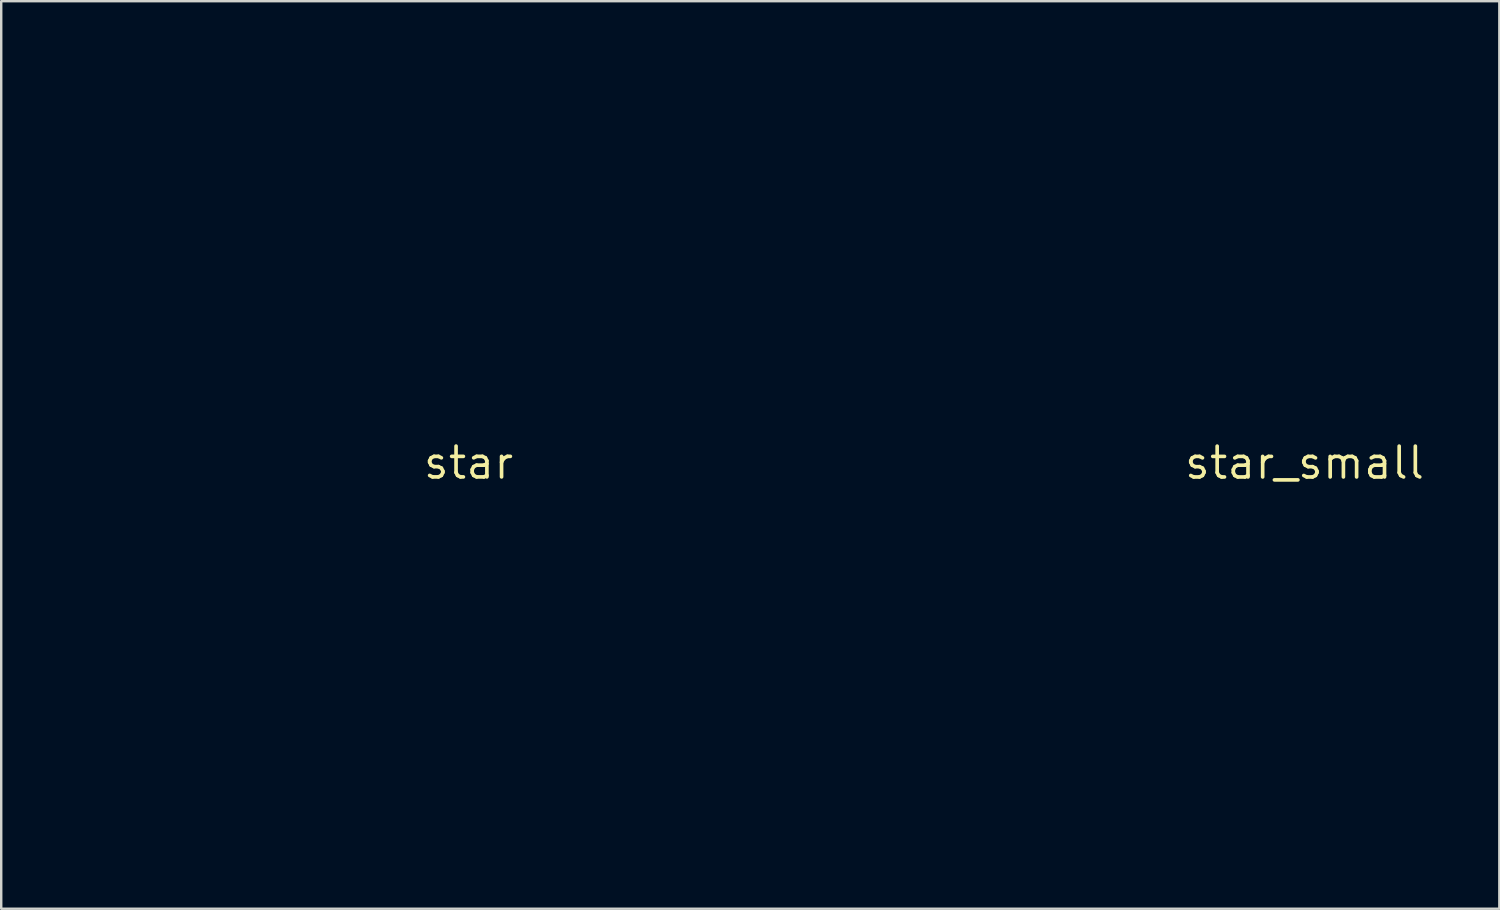
<source format=kicad_pcb>
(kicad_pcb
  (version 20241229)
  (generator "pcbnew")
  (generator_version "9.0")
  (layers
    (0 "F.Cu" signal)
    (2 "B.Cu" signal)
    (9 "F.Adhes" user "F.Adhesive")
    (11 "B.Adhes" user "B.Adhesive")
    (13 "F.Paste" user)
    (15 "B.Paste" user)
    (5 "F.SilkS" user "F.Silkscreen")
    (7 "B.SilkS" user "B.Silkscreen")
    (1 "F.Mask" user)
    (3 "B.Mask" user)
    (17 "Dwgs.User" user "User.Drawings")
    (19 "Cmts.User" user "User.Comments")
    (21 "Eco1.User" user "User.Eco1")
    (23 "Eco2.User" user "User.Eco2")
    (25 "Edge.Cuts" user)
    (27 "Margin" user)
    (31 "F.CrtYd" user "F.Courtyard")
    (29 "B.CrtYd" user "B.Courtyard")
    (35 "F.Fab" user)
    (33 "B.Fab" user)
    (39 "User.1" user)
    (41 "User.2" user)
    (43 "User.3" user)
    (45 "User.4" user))
  (footprint "star"
    (layer "F.Cu")
    (at 16.253 16.018)
    (property "Reference" "star" (at 0 0 0) (layer "F.SilkS") (effects (font (size 1.27 1.27) (thickness 0.15))))
    (attr through_hole)
    (fp_poly (pts (xy -0.486 -15.97) (xy -0.441 -15.852) (xy -0.371 -15.663) (xy -0.277 -15.408) (xy -0.161 -15.092) (xy -0.025 -14.718) (xy 0.13 -14.292) (xy 0.303 -13.818) (xy 0.491 -13.3) (xy 0.692 -12.743) (xy 0.906 -12.152) (xy 1.131 -11.53) (xy 1.364 -10.883) (xy 1.562 -10.334) (xy 1.801 -9.67) (xy 2.033 -9.028) (xy 2.255 -8.412) (xy 2.466 -7.827) (xy 2.664 -7.278) (xy 2.848 -6.769) (xy 3.016 -6.305) (xy 3.166 -5.889) (xy 3.297 -5.527) (xy 3.408 -5.223) (xy 3.496 -4.981) (xy 3.559 -4.806) (xy 3.598 -4.703) (xy 3.608 -4.675) (xy 3.651 -4.671) (xy 3.774 -4.663) (xy 3.971 -4.651) (xy 4.238 -4.636) (xy 4.571 -4.617) (xy 4.963 -4.595) (xy 5.41 -4.57) (xy 5.908 -4.543) (xy 6.451 -4.513) (xy 7.034 -4.482) (xy 7.653 -4.448) (xy 8.303 -4.413) (xy 8.978 -4.377) (xy 9.293 -4.36) (xy 9.98 -4.324) (xy 10.645 -4.288) (xy 11.283 -4.253) (xy 11.888 -4.22) (xy 12.456 -4.189) (xy 12.981 -4.16) (xy 13.459 -4.133) (xy 13.885 -4.109) (xy 14.254 -4.088) (xy 14.56 -4.07) (xy 14.799 -4.056) (xy 14.965 -4.045) (xy 15.054 -4.039) (xy 15.067 -4.037) (xy 15.169 -4.017) (xy 15.067 -3.916) (xy 15.023 -3.877) (xy 14.918 -3.787) (xy 14.755 -3.649) (xy 14.54 -3.465) (xy 14.275 -3.241) (xy 13.964 -2.978) (xy 13.612 -2.68) (xy 13.222 -2.35) (xy 12.798 -1.991) (xy 12.343 -1.607) (xy 11.862 -1.201) (xy 11.358 -0.777) (xy 10.836 -0.336) (xy 10.562 -0.105) (xy 9.863 0.484) (xy 9.229 1.02) (xy 8.657 1.505) (xy 8.147 1.937) (xy 7.699 2.32) (xy 7.31 2.653) (xy 6.981 2.938) (xy 6.709 3.175) (xy 6.494 3.365) (xy 6.334 3.509) (xy 6.229 3.609) (xy 6.178 3.664) (xy 6.172 3.676) (xy 6.184 3.724) (xy 6.216 3.85) (xy 6.266 4.049) (xy 6.334 4.316) (xy 6.418 4.646) (xy 6.516 5.034) (xy 6.629 5.476) (xy 6.754 5.967) (xy 6.891 6.503) (xy 7.038 7.079) (xy 7.194 7.689) (xy 7.357 8.33) (xy 7.528 8.997) (xy 7.665 9.534) (xy 7.839 10.216) (xy 8.008 10.876) (xy 8.169 11.508) (xy 8.323 12.109) (xy 8.466 12.674) (xy 8.6 13.197) (xy 8.721 13.674) (xy 8.83 14.101) (xy 8.924 14.473) (xy 9.004 14.785) (xy 9.066 15.032) (xy 9.111 15.211) (xy 9.137 15.316) (xy 9.144 15.344) (xy 9.113 15.365) (xy 9.112 15.365) (xy 9.074 15.341) (xy 8.971 15.271) (xy 8.805 15.16) (xy 8.583 15.008) (xy 8.306 14.819) (xy 7.98 14.595) (xy 7.608 14.34) (xy 7.195 14.056) (xy 6.744 13.746) (xy 6.259 13.412) (xy 5.745 13.058) (xy 5.205 12.685) (xy 4.644 12.298) (xy 4.276 12.044) (xy 3.703 11.648) (xy 3.148 11.266) (xy 2.617 10.901) (xy 2.112 10.554) (xy 1.639 10.23) (xy 1.2 9.93) (xy 0.801 9.657) (xy 0.444 9.414) (xy 0.134 9.204) (xy -0.124 9.03) (xy -0.328 8.894) (xy -0.473 8.799) (xy -0.554 8.747) (xy -0.572 8.739) (xy -0.611 8.764) (xy -0.717 8.834) (xy -0.884 8.947) (xy -1.108 9.099) (xy -1.387 9.288) (xy -1.715 9.511) (xy -2.088 9.765) (xy -2.504 10.048) (xy -2.956 10.356) (xy -3.442 10.688) (xy -3.958 11.04) (xy -4.499 11.409) (xy -5.061 11.794) (xy -5.394 12.021) (xy -6.08 12.49) (xy -6.699 12.914) (xy -7.255 13.294) (xy -7.752 13.633) (xy -8.192 13.933) (xy -8.578 14.197) (xy -8.915 14.426) (xy -9.206 14.623) (xy -9.453 14.79) (xy -9.66 14.929) (xy -9.831 15.043) (xy -9.969 15.134) (xy -10.077 15.205) (xy -10.159 15.256) (xy -10.217 15.291) (xy -10.255 15.312) (xy -10.277 15.321) (xy -10.286 15.32) (xy -10.287 15.318) (xy -10.277 15.276) (xy -10.246 15.157) (xy -10.197 14.964) (xy -10.129 14.704) (xy -10.046 14.38) (xy -9.947 13.998) (xy -9.834 13.561) (xy -9.707 13.074) (xy -9.57 12.542) (xy -9.421 11.969) (xy -9.263 11.361) (xy -9.097 10.721) (xy -8.924 10.055) (xy -8.765 9.441) (xy -8.587 8.755) (xy -8.415 8.092) (xy -8.25 7.456) (xy -8.094 6.852) (xy -7.947 6.284) (xy -7.811 5.757) (xy -7.687 5.276) (xy -7.576 4.846) (xy -7.479 4.47) (xy -7.398 4.154) (xy -7.333 3.902) (xy -7.287 3.718) (xy -7.259 3.608) (xy -7.252 3.575) (xy -7.285 3.547) (xy -7.378 3.469) (xy -7.526 3.343) (xy -7.725 3.174) (xy -7.971 2.966) (xy -8.258 2.723) (xy -8.582 2.448) (xy -8.939 2.145) (xy -9.324 1.819) (xy -9.732 1.473) (xy -10.159 1.111) (xy -10.6 0.736) (xy -11.051 0.354) (xy -11.507 -0.033) (xy -11.963 -0.42) (xy -12.416 -0.804) (xy -12.86 -1.181) (xy -13.29 -1.546) (xy -13.703 -1.897) (xy -14.093 -2.228) (xy -14.457 -2.537) (xy -14.789 -2.818) (xy -15.085 -3.07) (xy -15.34 -3.287) (xy -15.55 -3.465) (xy -15.71 -3.601) (xy -15.816 -3.692) (xy -15.846 -3.717) (xy -16 -3.851) (xy -16.126 -3.963) (xy -16.212 -4.045) (xy -16.248 -4.084) (xy -16.248 -4.085) (xy -16.205 -4.089) (xy -16.082 -4.096) (xy -15.884 -4.107) (xy -15.617 -4.122) (xy -15.284 -4.14) (xy -14.891 -4.161) (xy -14.443 -4.184) (xy -13.944 -4.21) (xy -13.399 -4.238) (xy -12.813 -4.268) (xy -12.192 -4.299) (xy -11.539 -4.332) (xy -10.86 -4.366) (xy -10.455 -4.387) (xy -4.676 -4.676) (xy -2.605 -10.361) (xy -2.363 -11.026) (xy -2.128 -11.669) (xy -1.902 -12.284) (xy -1.687 -12.869) (xy -1.485 -13.417) (xy -1.297 -13.926) (xy -1.125 -14.389) (xy -0.971 -14.804) (xy -0.835 -15.165) (xy -0.721 -15.468) (xy -0.628 -15.709) (xy -0.56 -15.883) (xy -0.518 -15.985) (xy -0.503 -16.013) (xy -0.486 -15.97)) (stroke (width 0.01) (type solid)) (fill yes) (layer "F.Mask")))
  (footprint "star_small"
    (layer "F.Cu")
    (at 50.694 16.02)
    (property "Reference" "star_small" (at 0 0 0) (layer "F.SilkS") (effects (font (size 1.27 1.27) (thickness 0.15))))
    (attr through_hole)
    (fp_poly (pts (xy -12.723 -15.985) (xy -12.677 -15.885) (xy -12.612 -15.726) (xy -12.529 -15.518) (xy -12.434 -15.27) (xy -12.33 -14.992) (xy -12.221 -14.696) (xy -12.111 -14.391) (xy -12.003 -14.087) (xy -11.902 -13.795) (xy -11.886 -13.748) (xy -11.837 -13.613) (xy -11.794 -13.539) (xy -11.743 -13.51) (xy -11.67 -13.504) (xy -11.591 -13.501) (xy -11.441 -13.494) (xy -11.234 -13.483) (xy -10.981 -13.47) (xy -10.698 -13.454) (xy -10.477 -13.441) (xy -10.182 -13.424) (xy -9.91 -13.409) (xy -9.675 -13.396) (xy -9.489 -13.386) (xy -9.365 -13.38) (xy -9.32 -13.378) (xy -9.25 -13.365) (xy -9.236 -13.341) (xy -9.269 -13.309) (xy -9.357 -13.231) (xy -9.491 -13.115) (xy -9.66 -12.969) (xy -9.856 -12.801) (xy -10.069 -12.619) (xy -10.289 -12.432) (xy -10.506 -12.248) (xy -10.71 -12.075) (xy -10.893 -11.921) (xy -11.045 -11.795) (xy -11.155 -11.704) (xy -11.211 -11.66) (xy -11.204 -11.618) (xy -11.178 -11.504) (xy -11.136 -11.327) (xy -11.08 -11.098) (xy -11.013 -10.826) (xy -10.936 -10.521) (xy -10.887 -10.331) (xy -10.807 -10.012) (xy -10.737 -9.722) (xy -10.679 -9.471) (xy -10.634 -9.268) (xy -10.606 -9.121) (xy -10.595 -9.042) (xy -10.599 -9.03) (xy -10.645 -9.058) (xy -10.75 -9.127) (xy -10.904 -9.231) (xy -11.095 -9.36) (xy -11.314 -9.509) (xy -11.549 -9.671) (xy -11.79 -9.837) (xy -12.028 -10.001) (xy -12.25 -10.156) (xy -12.446 -10.294) (xy -12.473 -10.312) (xy -12.732 -10.496) (xy -13.15 -10.21) (xy -13.547 -9.938) (xy -13.88 -9.71) (xy -14.154 -9.524) (xy -14.376 -9.374) (xy -14.549 -9.259) (xy -14.681 -9.174) (xy -14.776 -9.116) (xy -14.84 -9.08) (xy -14.879 -9.065) (xy -14.897 -9.065) (xy -14.901 -9.075) (xy -14.891 -9.13) (xy -14.862 -9.257) (xy -14.816 -9.444) (xy -14.757 -9.681) (xy -14.687 -9.957) (xy -14.609 -10.261) (xy -14.584 -10.358) (xy -14.504 -10.667) (xy -14.431 -10.951) (xy -14.369 -11.198) (xy -14.319 -11.398) (xy -14.284 -11.541) (xy -14.268 -11.616) (xy -14.267 -11.623) (xy -14.298 -11.661) (xy -14.386 -11.746) (xy -14.523 -11.871) (xy -14.702 -12.029) (xy -14.915 -12.214) (xy -15.153 -12.418) (xy -15.264 -12.512) (xy -16.262 -13.356) (xy -16.058 -13.383) (xy -15.959 -13.393) (xy -15.79 -13.405) (xy -15.565 -13.419) (xy -15.298 -13.435) (xy -15.004 -13.45) (xy -14.774 -13.461) (xy -14.481 -13.476) (xy -14.215 -13.491) (xy -13.99 -13.506) (xy -13.816 -13.52) (xy -13.706 -13.532) (xy -13.67 -13.54) (xy -13.65 -13.585) (xy -13.605 -13.701) (xy -13.539 -13.875) (xy -13.456 -14.1) (xy -13.359 -14.364) (xy -13.252 -14.658) (xy -13.21 -14.774) (xy -13.101 -15.077) (xy -12.999 -15.355) (xy -12.909 -15.596) (xy -12.835 -15.792) (xy -12.78 -15.932) (xy -12.749 -16.006) (xy -12.744 -16.015) (xy -12.723 -15.985)) (stroke (width 0.01) (type solid)) (fill yes) (layer "B.Mask")))
  (gr_rect
    (start -3 -3)
    (end 58.721 34.388)
    (stroke (width 0.1) (type default))
    (fill no)
    (layer "Edge.Cuts")))
</source>
